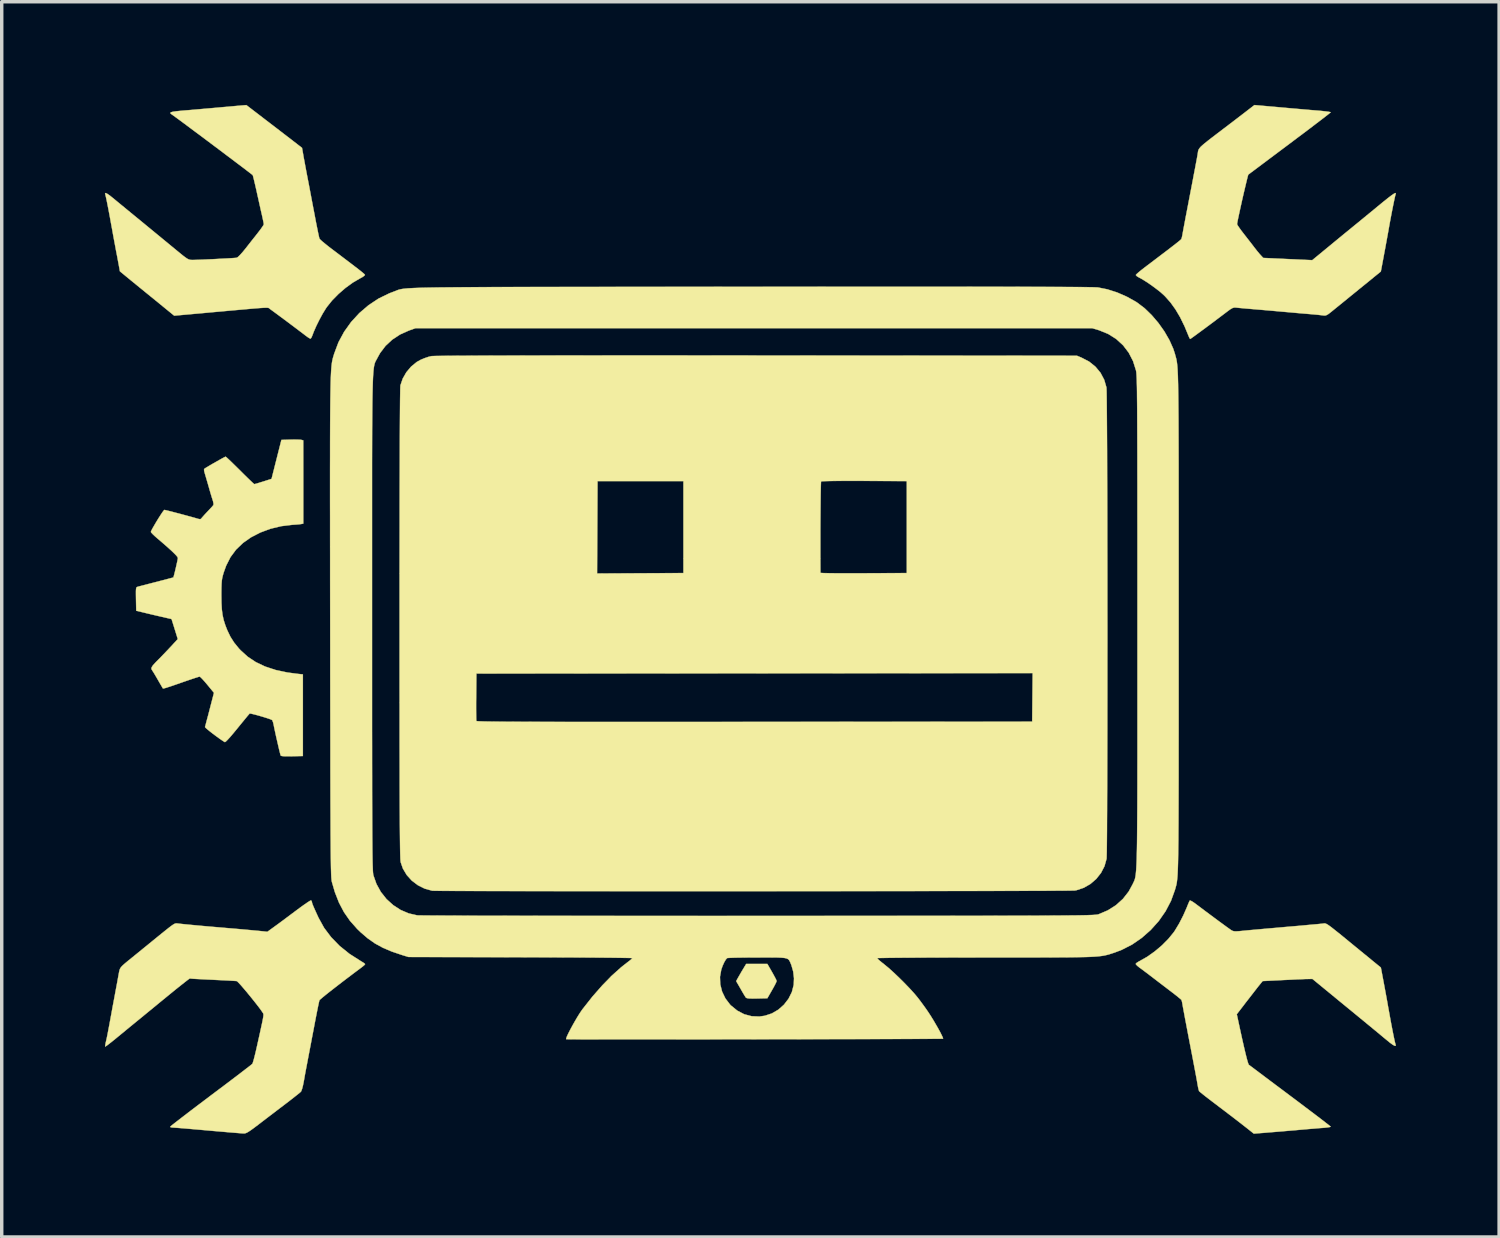
<source format=kicad_pcb>
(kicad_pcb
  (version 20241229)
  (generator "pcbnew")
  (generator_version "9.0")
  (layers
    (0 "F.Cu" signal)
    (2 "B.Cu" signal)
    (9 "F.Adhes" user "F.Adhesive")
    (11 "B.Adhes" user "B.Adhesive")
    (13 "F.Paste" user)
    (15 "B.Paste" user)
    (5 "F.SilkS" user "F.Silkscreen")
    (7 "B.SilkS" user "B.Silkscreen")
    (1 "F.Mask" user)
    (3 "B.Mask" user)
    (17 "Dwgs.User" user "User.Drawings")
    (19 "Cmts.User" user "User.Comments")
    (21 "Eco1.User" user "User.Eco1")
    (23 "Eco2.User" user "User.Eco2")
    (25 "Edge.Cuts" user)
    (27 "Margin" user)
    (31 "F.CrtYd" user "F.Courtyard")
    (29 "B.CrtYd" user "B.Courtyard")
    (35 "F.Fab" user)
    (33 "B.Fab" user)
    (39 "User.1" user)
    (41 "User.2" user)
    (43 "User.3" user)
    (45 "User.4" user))
  (footprint "Computadrocin"
    (layer "F.Cu")
    (at 18.756 14.972)
    (property "Reference" "Computadrocin" (at 0 0 0) (layer "F.SilkS") (effects (font (size 1.524 1.524) (thickness 0.3))))
    (attr through_hole)
    (fp_poly (pts (xy 0.639 10.237) (xy 0.694 10.336) (xy 0.739 10.42) (xy 0.767 10.479) (xy 0.774 10.502) (xy 0.762 10.535) (xy 0.73 10.601) (xy 0.683 10.689) (xy 0.639 10.767) (xy 0.504 11.002) (xy 0.206 11.009) (xy 0.066 11.01) (xy -0.031 11.007) (xy -0.09 10.998) (xy -0.119 10.984) (xy -0.119 10.984) (xy -0.142 10.949) (xy -0.183 10.883) (xy -0.235 10.794) (xy -0.273 10.727) (xy -0.402 10.503) (xy -0.347 10.403) (xy -0.303 10.327) (xy -0.248 10.231) (xy -0.201 10.153) (xy -0.111 10.003) (xy 0.504 10.003) (xy 0.639 10.237)) (stroke (width 0.01) (type solid)) (fill yes) (layer "F.SilkS"))
    (fp_poly (pts (xy 12.813 8.165) (xy 12.868 8.195) (xy 12.941 8.245) (xy 12.964 8.263) (xy 13.082 8.351) (xy 13.214 8.451) (xy 13.354 8.555) (xy 13.495 8.66) (xy 13.631 8.761) (xy 13.756 8.852) (xy 13.861 8.929) (xy 13.941 8.986) (xy 13.989 9.02) (xy 13.994 9.023) (xy 14.032 9.043) (xy 14.073 9.054) (xy 14.13 9.057) (xy 14.215 9.052) (xy 14.319 9.042) (xy 14.401 9.034) (xy 14.526 9.022) (xy 14.686 9.008) (xy 14.874 8.991) (xy 15.084 8.972) (xy 15.308 8.953) (xy 15.539 8.932) (xy 15.585 8.928) (xy 15.807 8.909) (xy 16.017 8.891) (xy 16.207 8.873) (xy 16.373 8.858) (xy 16.508 8.846) (xy 16.607 8.836) (xy 16.664 8.83) (xy 16.673 8.828) (xy 16.696 8.825) (xy 16.72 8.826) (xy 16.747 8.835) (xy 16.783 8.853) (xy 16.831 8.885) (xy 16.896 8.932) (xy 16.982 9) (xy 17.094 9.089) (xy 17.235 9.203) (xy 17.409 9.346) (xy 17.433 9.366) (xy 17.574 9.481) (xy 17.724 9.604) (xy 17.87 9.723) (xy 18 9.829) (xy 18.078 9.894) (xy 18.342 10.109) (xy 18.424 10.543) (xy 18.457 10.721) (xy 18.493 10.916) (xy 18.528 11.108) (xy 18.558 11.28) (xy 18.569 11.339) (xy 18.608 11.555) (xy 18.645 11.757) (xy 18.68 11.938) (xy 18.711 12.094) (xy 18.737 12.218) (xy 18.757 12.304) (xy 18.769 12.344) (xy 18.775 12.382) (xy 18.747 12.385) (xy 18.689 12.354) (xy 18.601 12.29) (xy 18.543 12.242) (xy 18.477 12.188) (xy 18.378 12.106) (xy 18.252 12.001) (xy 18.104 11.879) (xy 17.94 11.744) (xy 17.765 11.6) (xy 17.585 11.452) (xy 17.406 11.305) (xy 17.246 11.174) (xy 17.195 11.132) (xy 17.114 11.066) (xy 17.01 10.98) (xy 16.891 10.882) (xy 16.764 10.778) (xy 16.749 10.766) (xy 16.353 10.44) (xy 16.212 10.442) (xy 16.146 10.443) (xy 16.04 10.448) (xy 15.902 10.453) (xy 15.743 10.461) (xy 15.57 10.469) (xy 15.489 10.473) (xy 14.905 10.502) (xy 14.844 10.577) (xy 14.815 10.612) (xy 14.781 10.654) (xy 14.738 10.709) (xy 14.679 10.785) (xy 14.6 10.887) (xy 14.511 11.002) (xy 14.467 11.058) (xy 14.404 11.139) (xy 14.333 11.233) (xy 14.301 11.274) (xy 14.153 11.466) (xy 14.248 11.908) (xy 14.306 12.173) (xy 14.358 12.402) (xy 14.403 12.594) (xy 14.441 12.746) (xy 14.471 12.854) (xy 14.493 12.918) (xy 14.502 12.935) (xy 14.525 12.952) (xy 14.585 12.997) (xy 14.678 13.067) (xy 14.8 13.159) (xy 14.947 13.269) (xy 15.117 13.397) (xy 15.305 13.538) (xy 15.509 13.69) (xy 15.703 13.836) (xy 15.917 13.996) (xy 16.117 14.147) (xy 16.302 14.287) (xy 16.468 14.412) (xy 16.611 14.521) (xy 16.727 14.611) (xy 16.814 14.678) (xy 16.867 14.721) (xy 16.883 14.736) (xy 16.86 14.746) (xy 16.799 14.756) (xy 16.71 14.766) (xy 16.665 14.77) (xy 16.541 14.779) (xy 16.392 14.792) (xy 16.241 14.804) (xy 16.172 14.81) (xy 16.023 14.823) (xy 15.847 14.839) (xy 15.656 14.855) (xy 15.458 14.872) (xy 15.267 14.888) (xy 15.091 14.902) (xy 14.943 14.915) (xy 14.832 14.923) (xy 14.823 14.924) (xy 14.648 14.938) (xy 14.448 14.779) (xy 14.351 14.703) (xy 14.229 14.608) (xy 14.097 14.506) (xy 13.968 14.407) (xy 13.949 14.393) (xy 13.81 14.287) (xy 13.653 14.168) (xy 13.497 14.049) (xy 13.362 13.947) (xy 13.362 13.946) (xy 13.258 13.867) (xy 13.169 13.796) (xy 13.101 13.741) (xy 13.062 13.707) (xy 13.057 13.702) (xy 13.045 13.665) (xy 13.028 13.594) (xy 13.012 13.504) (xy 13.011 13.5) (xy 12.998 13.423) (xy 12.977 13.307) (xy 12.95 13.162) (xy 12.919 12.999) (xy 12.886 12.826) (xy 12.874 12.762) (xy 12.803 12.393) (xy 12.741 12.072) (xy 12.689 11.798) (xy 12.646 11.572) (xy 12.613 11.395) (xy 12.589 11.266) (xy 12.575 11.185) (xy 12.573 11.174) (xy 12.56 11.104) (xy 12.545 11.055) (xy 12.541 11.047) (xy 12.516 11.024) (xy 12.459 10.977) (xy 12.379 10.912) (xy 12.282 10.837) (xy 12.263 10.823) (xy 12.054 10.663) (xy 11.881 10.531) (xy 11.74 10.423) (xy 11.626 10.336) (xy 11.537 10.268) (xy 11.466 10.215) (xy 11.412 10.174) (xy 11.369 10.142) (xy 11.334 10.117) (xy 11.32 10.107) (xy 11.26 10.059) (xy 11.222 10.018) (xy 11.214 10.003) (xy 11.235 9.977) (xy 11.288 9.942) (xy 11.333 9.918) (xy 11.546 9.797) (xy 11.764 9.643) (xy 11.973 9.467) (xy 12.161 9.278) (xy 12.317 9.087) (xy 12.353 9.035) (xy 12.477 8.829) (xy 12.596 8.597) (xy 12.7 8.361) (xy 12.712 8.329) (xy 12.745 8.249) (xy 12.772 8.187) (xy 12.787 8.16) (xy 12.813 8.165)) (stroke (width 0.01) (type solid)) (fill yes) (layer "F.SilkS"))
    (fp_poly (pts (xy 14.832 -14.953) (xy 14.907 -14.946) (xy 15.021 -14.936) (xy 15.165 -14.923) (xy 15.328 -14.909) (xy 15.5 -14.893) (xy 15.547 -14.889) (xy 15.74 -14.872) (xy 15.947 -14.854) (xy 16.151 -14.836) (xy 16.337 -14.82) (xy 16.489 -14.808) (xy 16.49 -14.808) (xy 16.624 -14.796) (xy 16.738 -14.783) (xy 16.824 -14.772) (xy 16.874 -14.762) (xy 16.883 -14.758) (xy 16.864 -14.74) (xy 16.808 -14.695) (xy 16.719 -14.626) (xy 16.6 -14.534) (xy 16.455 -14.424) (xy 16.288 -14.296) (xy 16.101 -14.155) (xy 15.898 -14.003) (xy 15.691 -13.847) (xy 15.476 -13.686) (xy 15.274 -13.535) (xy 15.087 -13.395) (xy 14.919 -13.269) (xy 14.774 -13.16) (xy 14.655 -13.071) (xy 14.565 -13.004) (xy 14.509 -12.961) (xy 14.489 -12.947) (xy 14.479 -12.92) (xy 14.461 -12.852) (xy 14.436 -12.75) (xy 14.405 -12.621) (xy 14.37 -12.474) (xy 14.333 -12.315) (xy 14.296 -12.151) (xy 14.261 -11.992) (xy 14.228 -11.842) (xy 14.2 -11.711) (xy 14.178 -11.606) (xy 14.165 -11.534) (xy 14.161 -11.504) (xy 14.176 -11.474) (xy 14.216 -11.413) (xy 14.276 -11.329) (xy 14.351 -11.231) (xy 14.375 -11.2) (xy 14.463 -11.087) (xy 14.55 -10.976) (xy 14.625 -10.879) (xy 14.679 -10.807) (xy 14.684 -10.802) (xy 14.748 -10.72) (xy 14.814 -10.641) (xy 14.851 -10.6) (xy 14.923 -10.523) (xy 15.297 -10.506) (xy 15.468 -10.498) (xy 15.659 -10.489) (xy 15.845 -10.481) (xy 16.006 -10.473) (xy 16.009 -10.473) (xy 16.347 -10.458) (xy 16.844 -10.867) (xy 16.994 -10.991) (xy 17.146 -11.116) (xy 17.291 -11.235) (xy 17.42 -11.34) (xy 17.525 -11.426) (xy 17.571 -11.464) (xy 17.66 -11.536) (xy 17.778 -11.633) (xy 17.915 -11.746) (xy 18.063 -11.867) (xy 18.21 -11.988) (xy 18.255 -12.026) (xy 18.419 -12.16) (xy 18.548 -12.263) (xy 18.645 -12.337) (xy 18.713 -12.384) (xy 18.755 -12.407) (xy 18.775 -12.407) (xy 18.775 -12.386) (xy 18.77 -12.372) (xy 18.758 -12.33) (xy 18.739 -12.245) (xy 18.714 -12.125) (xy 18.684 -11.977) (xy 18.651 -11.808) (xy 18.616 -11.623) (xy 18.581 -11.431) (xy 18.556 -11.289) (xy 18.533 -11.162) (xy 18.504 -11.003) (xy 18.472 -10.828) (xy 18.439 -10.652) (xy 18.423 -10.565) (xy 18.341 -10.128) (xy 18.141 -9.966) (xy 18.057 -9.897) (xy 17.975 -9.83) (xy 17.89 -9.761) (xy 17.797 -9.686) (xy 17.692 -9.601) (xy 17.571 -9.502) (xy 17.428 -9.386) (xy 17.259 -9.248) (xy 17.058 -9.085) (xy 16.902 -8.958) (xy 16.823 -8.896) (xy 16.767 -8.862) (xy 16.721 -8.848) (xy 16.671 -8.85) (xy 16.662 -8.852) (xy 16.601 -8.859) (xy 16.504 -8.87) (xy 16.385 -8.881) (xy 16.271 -8.891) (xy 16.152 -8.901) (xy 15.997 -8.914) (xy 15.818 -8.93) (xy 15.629 -8.947) (xy 15.444 -8.963) (xy 15.422 -8.965) (xy 15.236 -8.982) (xy 15.042 -8.999) (xy 14.856 -9.015) (xy 14.689 -9.029) (xy 14.558 -9.04) (xy 14.548 -9.041) (xy 14.417 -9.052) (xy 14.296 -9.063) (xy 14.198 -9.072) (xy 14.135 -9.079) (xy 14.133 -9.079) (xy 14.081 -9.081) (xy 14.032 -9.068) (xy 13.972 -9.035) (xy 13.889 -8.975) (xy 13.883 -8.97) (xy 13.735 -8.858) (xy 13.581 -8.742) (xy 13.428 -8.627) (xy 13.28 -8.517) (xy 13.142 -8.415) (xy 13.021 -8.326) (xy 12.921 -8.253) (xy 12.848 -8.2) (xy 12.806 -8.171) (xy 12.799 -8.167) (xy 12.781 -8.187) (xy 12.764 -8.223) (xy 12.636 -8.532) (xy 12.506 -8.798) (xy 12.37 -9.028) (xy 12.225 -9.229) (xy 12.066 -9.408) (xy 12.032 -9.441) (xy 11.935 -9.528) (xy 11.81 -9.626) (xy 11.672 -9.728) (xy 11.532 -9.823) (xy 11.405 -9.903) (xy 11.307 -9.956) (xy 11.25 -9.99) (xy 11.22 -10.021) (xy 11.219 -10.03) (xy 11.241 -10.054) (xy 11.296 -10.103) (xy 11.376 -10.169) (xy 11.476 -10.247) (xy 11.539 -10.295) (xy 11.776 -10.474) (xy 11.976 -10.626) (xy 12.141 -10.751) (xy 12.273 -10.853) (xy 12.376 -10.933) (xy 12.452 -10.993) (xy 12.503 -11.035) (xy 12.532 -11.062) (xy 12.541 -11.073) (xy 12.555 -11.115) (xy 12.57 -11.183) (xy 12.573 -11.201) (xy 12.585 -11.269) (xy 12.606 -11.384) (xy 12.636 -11.543) (xy 12.674 -11.745) (xy 12.721 -11.988) (xy 12.775 -12.27) (xy 12.836 -12.587) (xy 12.872 -12.775) (xy 12.905 -12.951) (xy 12.938 -13.121) (xy 12.967 -13.277) (xy 12.992 -13.408) (xy 13.009 -13.504) (xy 13.014 -13.532) (xy 13.021 -13.577) (xy 13.026 -13.615) (xy 13.034 -13.648) (xy 13.047 -13.68) (xy 13.069 -13.713) (xy 13.102 -13.752) (xy 13.152 -13.798) (xy 13.22 -13.856) (xy 13.311 -13.929) (xy 13.427 -14.019) (xy 13.573 -14.131) (xy 13.751 -14.266) (xy 13.965 -14.429) (xy 13.974 -14.436) (xy 14.099 -14.531) (xy 14.233 -14.634) (xy 14.36 -14.731) (xy 14.457 -14.806) (xy 14.666 -14.967) (xy 14.832 -14.953)) (stroke (width 0.01) (type solid)) (fill yes) (layer "F.SilkS"))
    (fp_poly (pts (xy -14.246 -14.662) (xy -14.11 -14.557) (xy -13.975 -14.454) (xy -13.85 -14.358) (xy -13.745 -14.278) (xy -13.674 -14.223) (xy -13.579 -14.15) (xy -13.462 -14.06) (xy -13.339 -13.966) (xy -13.262 -13.906) (xy -13.025 -13.723) (xy -12.992 -13.536) (xy -12.978 -13.453) (xy -12.955 -13.332) (xy -12.928 -13.184) (xy -12.897 -13.02) (xy -12.865 -12.852) (xy -12.862 -12.837) (xy -12.826 -12.652) (xy -12.785 -12.435) (xy -12.741 -12.202) (xy -12.697 -11.971) (xy -12.656 -11.759) (xy -12.65 -11.726) (xy -12.618 -11.557) (xy -12.587 -11.403) (xy -12.561 -11.272) (xy -12.539 -11.169) (xy -12.524 -11.104) (xy -12.518 -11.084) (xy -12.493 -11.055) (xy -12.435 -11.002) (xy -12.35 -10.932) (xy -12.248 -10.85) (xy -12.176 -10.795) (xy -11.951 -10.625) (xy -11.764 -10.483) (xy -11.61 -10.366) (xy -11.486 -10.271) (xy -11.389 -10.197) (xy -11.316 -10.139) (xy -11.264 -10.097) (xy -11.229 -10.067) (xy -11.208 -10.047) (xy -11.198 -10.035) (xy -11.195 -10.03) (xy -11.213 -10.006) (xy -11.264 -9.969) (xy -11.333 -9.931) (xy -11.545 -9.808) (xy -11.76 -9.652) (xy -11.965 -9.475) (xy -12.15 -9.287) (xy -12.301 -9.098) (xy -12.329 -9.058) (xy -12.425 -8.902) (xy -12.521 -8.725) (xy -12.611 -8.543) (xy -12.685 -8.374) (xy -12.72 -8.281) (xy -12.746 -8.218) (xy -12.771 -8.18) (xy -12.777 -8.176) (xy -12.807 -8.187) (xy -12.863 -8.222) (xy -12.934 -8.275) (xy -12.937 -8.277) (xy -13 -8.326) (xy -13.095 -8.397) (xy -13.211 -8.485) (xy -13.343 -8.584) (xy -13.48 -8.687) (xy -13.616 -8.788) (xy -13.74 -8.88) (xy -13.846 -8.958) (xy -13.924 -9.015) (xy -13.95 -9.034) (xy -13.964 -9.045) (xy -13.973 -9.054) (xy -13.983 -9.062) (xy -13.996 -9.068) (xy -14.016 -9.073) (xy -14.047 -9.075) (xy -14.091 -9.075) (xy -14.153 -9.072) (xy -14.236 -9.067) (xy -14.343 -9.059) (xy -14.478 -9.048) (xy -14.645 -9.033) (xy -14.846 -9.015) (xy -15.085 -8.994) (xy -15.367 -8.968) (xy -15.693 -8.939) (xy -15.794 -8.929) (xy -16.741 -8.844) (xy -17.143 -9.172) (xy -17.28 -9.284) (xy -17.419 -9.397) (xy -17.55 -9.503) (xy -17.662 -9.595) (xy -17.745 -9.662) (xy -17.858 -9.755) (xy -17.985 -9.858) (xy -18.101 -9.954) (xy -18.132 -9.979) (xy -18.32 -10.134) (xy -18.353 -10.318) (xy -18.374 -10.429) (xy -18.399 -10.565) (xy -18.426 -10.702) (xy -18.435 -10.75) (xy -18.458 -10.875) (xy -18.487 -11.029) (xy -18.517 -11.192) (xy -18.543 -11.337) (xy -18.583 -11.555) (xy -18.62 -11.759) (xy -18.655 -11.944) (xy -18.686 -12.103) (xy -18.712 -12.23) (xy -18.732 -12.32) (xy -18.744 -12.368) (xy -18.745 -12.369) (xy -18.751 -12.405) (xy -18.729 -12.409) (xy -18.676 -12.381) (xy -18.591 -12.319) (xy -18.483 -12.232) (xy -18.406 -12.168) (xy -18.298 -12.079) (xy -18.166 -11.971) (xy -18.017 -11.848) (xy -17.858 -11.718) (xy -17.697 -11.586) (xy -17.67 -11.564) (xy -17.499 -11.423) (xy -17.319 -11.275) (xy -17.14 -11.128) (xy -16.971 -10.989) (xy -16.823 -10.867) (xy -16.706 -10.771) (xy -16.577 -10.665) (xy -16.481 -10.587) (xy -16.409 -10.533) (xy -16.355 -10.497) (xy -16.312 -10.477) (xy -16.273 -10.467) (xy -16.231 -10.465) (xy -16.203 -10.464) (xy -16.134 -10.466) (xy -16.029 -10.469) (xy -15.897 -10.474) (xy -15.747 -10.481) (xy -15.588 -10.488) (xy -15.427 -10.497) (xy -15.275 -10.505) (xy -15.139 -10.512) (xy -15.029 -10.519) (xy -14.952 -10.525) (xy -14.921 -10.529) (xy -14.886 -10.552) (xy -14.828 -10.608) (xy -14.754 -10.69) (xy -14.672 -10.79) (xy -14.671 -10.791) (xy -14.575 -10.914) (xy -14.469 -11.049) (xy -14.368 -11.176) (xy -14.305 -11.257) (xy -14.236 -11.346) (xy -14.181 -11.424) (xy -14.145 -11.479) (xy -14.136 -11.502) (xy -14.141 -11.538) (xy -14.156 -11.612) (xy -14.177 -11.711) (xy -14.195 -11.792) (xy -14.222 -11.908) (xy -14.255 -12.057) (xy -14.292 -12.224) (xy -14.33 -12.393) (xy -14.349 -12.481) (xy -14.381 -12.621) (xy -14.41 -12.745) (xy -14.434 -12.843) (xy -14.451 -12.908) (xy -14.459 -12.931) (xy -14.481 -12.949) (xy -14.539 -12.994) (xy -14.628 -13.062) (xy -14.744 -13.151) (xy -14.884 -13.256) (xy -15.041 -13.375) (xy -15.213 -13.504) (xy -15.394 -13.641) (xy -15.581 -13.781) (xy -15.769 -13.922) (xy -15.954 -14.061) (xy -16.132 -14.193) (xy -16.298 -14.317) (xy -16.447 -14.428) (xy -16.576 -14.524) (xy -16.68 -14.6) (xy -16.756 -14.655) (xy -16.797 -14.685) (xy -16.802 -14.688) (xy -16.842 -14.717) (xy -16.854 -14.739) (xy -16.834 -14.758) (xy -16.778 -14.773) (xy -16.682 -14.787) (xy -16.542 -14.801) (xy -16.465 -14.808) (xy -16.313 -14.82) (xy -16.127 -14.836) (xy -15.923 -14.854) (xy -15.717 -14.872) (xy -15.524 -14.889) (xy -15.522 -14.889) (xy -15.35 -14.905) (xy -15.184 -14.919) (xy -15.034 -14.933) (xy -14.911 -14.944) (xy -14.824 -14.951) (xy -14.808 -14.953) (xy -14.643 -14.966) (xy -14.246 -14.662)) (stroke (width 0.01) (type solid)) (fill yes) (layer "F.SilkS"))
    (fp_poly (pts (xy -12.761 8.156) (xy -12.739 8.191) (xy -12.737 8.205) (xy -12.733 8.228) (xy -12.72 8.269) (xy -12.694 8.332) (xy -12.653 8.425) (xy -12.595 8.553) (xy -12.543 8.666) (xy -12.383 8.955) (xy -12.178 9.227) (xy -11.931 9.481) (xy -11.644 9.712) (xy -11.321 9.918) (xy -11.308 9.926) (xy -11.242 9.966) (xy -11.2 9.997) (xy -11.19 10.01) (xy -11.209 10.034) (xy -11.256 10.075) (xy -11.296 10.106) (xy -11.501 10.259) (xy -11.697 10.407) (xy -11.882 10.548) (xy -12.05 10.678) (xy -12.199 10.794) (xy -12.324 10.893) (xy -12.421 10.972) (xy -12.487 11.028) (xy -12.517 11.057) (xy -12.518 11.059) (xy -12.528 11.095) (xy -12.545 11.172) (xy -12.568 11.284) (xy -12.596 11.423) (xy -12.627 11.582) (xy -12.65 11.701) (xy -12.688 11.903) (xy -12.73 12.12) (xy -12.771 12.338) (xy -12.81 12.541) (xy -12.843 12.714) (xy -12.85 12.75) (xy -12.881 12.915) (xy -12.913 13.082) (xy -12.942 13.239) (xy -12.965 13.37) (xy -12.977 13.437) (xy -12.999 13.544) (xy -13.023 13.636) (xy -13.046 13.699) (xy -13.056 13.717) (xy -13.086 13.744) (xy -13.15 13.796) (xy -13.241 13.868) (xy -13.352 13.955) (xy -13.477 14.051) (xy -13.521 14.085) (xy -13.677 14.203) (xy -13.847 14.333) (xy -14.018 14.463) (xy -14.175 14.583) (xy -14.292 14.673) (xy -14.423 14.772) (xy -14.521 14.843) (xy -14.595 14.891) (xy -14.649 14.919) (xy -14.691 14.931) (xy -14.716 14.932) (xy -14.763 14.93) (xy -14.852 14.923) (xy -14.975 14.913) (xy -15.125 14.901) (xy -15.294 14.886) (xy -15.447 14.873) (xy -15.644 14.856) (xy -15.845 14.838) (xy -16.037 14.821) (xy -16.21 14.806) (xy -16.351 14.794) (xy -16.416 14.788) (xy -16.543 14.778) (xy -16.656 14.769) (xy -16.744 14.763) (xy -16.795 14.76) (xy -16.797 14.76) (xy -16.844 14.753) (xy -16.858 14.739) (xy -16.839 14.72) (xy -16.783 14.674) (xy -16.694 14.604) (xy -16.575 14.512) (xy -16.431 14.401) (xy -16.264 14.273) (xy -16.077 14.131) (xy -15.875 13.979) (xy -15.677 13.829) (xy -15.463 13.668) (xy -15.26 13.516) (xy -15.073 13.374) (xy -14.904 13.246) (xy -14.758 13.134) (xy -14.638 13.042) (xy -14.547 12.972) (xy -14.49 12.926) (xy -14.469 12.909) (xy -14.455 12.874) (xy -14.432 12.799) (xy -14.404 12.693) (xy -14.373 12.566) (xy -14.352 12.475) (xy -14.297 12.229) (xy -14.252 12.027) (xy -14.217 11.865) (xy -14.189 11.737) (xy -14.169 11.64) (xy -14.156 11.568) (xy -14.148 11.517) (xy -14.146 11.482) (xy -14.148 11.46) (xy -14.153 11.444) (xy -14.16 11.431) (xy -14.163 11.427) (xy -14.208 11.36) (xy -14.274 11.27) (xy -14.356 11.164) (xy -14.449 11.047) (xy -14.546 10.927) (xy -14.642 10.81) (xy -14.733 10.703) (xy -14.811 10.613) (xy -14.873 10.546) (xy -14.912 10.509) (xy -14.921 10.503) (xy -14.959 10.499) (xy -15.04 10.494) (xy -15.157 10.487) (xy -15.301 10.48) (xy -15.466 10.472) (xy -15.622 10.464) (xy -15.797 10.456) (xy -15.955 10.448) (xy -16.09 10.441) (xy -16.194 10.435) (xy -16.262 10.429) (xy -16.285 10.426) (xy -16.308 10.439) (xy -16.364 10.481) (xy -16.449 10.547) (xy -16.56 10.635) (xy -16.692 10.74) (xy -16.839 10.86) (xy -16.985 10.979) (xy -17.156 11.119) (xy -17.325 11.258) (xy -17.485 11.389) (xy -17.63 11.508) (xy -17.754 11.61) (xy -17.85 11.688) (xy -17.895 11.725) (xy -17.999 11.81) (xy -18.127 11.915) (xy -18.264 12.028) (xy -18.397 12.137) (xy -18.428 12.163) (xy -18.533 12.248) (xy -18.623 12.319) (xy -18.694 12.373) (xy -18.737 12.402) (xy -18.747 12.406) (xy -18.747 12.378) (xy -18.737 12.316) (xy -18.722 12.248) (xy -18.705 12.174) (xy -18.682 12.062) (xy -18.656 11.925) (xy -18.627 11.773) (xy -18.607 11.664) (xy -18.574 11.484) (xy -18.538 11.286) (xy -18.501 11.089) (xy -18.468 10.913) (xy -18.457 10.852) (xy -18.429 10.703) (xy -18.401 10.554) (xy -18.377 10.421) (xy -18.358 10.317) (xy -18.354 10.295) (xy -18.342 10.23) (xy -18.33 10.18) (xy -18.313 10.137) (xy -18.285 10.095) (xy -18.24 10.048) (xy -18.174 9.989) (xy -18.08 9.911) (xy -17.954 9.809) (xy -17.945 9.802) (xy -17.874 9.744) (xy -17.774 9.663) (xy -17.657 9.567) (xy -17.532 9.466) (xy -17.458 9.405) (xy -17.272 9.254) (xy -17.12 9.13) (xy -16.999 9.033) (xy -16.905 8.958) (xy -16.833 8.903) (xy -16.779 8.865) (xy -16.739 8.841) (xy -16.709 8.829) (xy -16.685 8.824) (xy -16.663 8.825) (xy -16.638 8.828) (xy -16.638 8.828) (xy -16.544 8.839) (xy -16.41 8.853) (xy -16.232 8.87) (xy -16.009 8.891) (xy -15.74 8.915) (xy -15.423 8.942) (xy -15.285 8.954) (xy -15.083 8.971) (xy -14.883 8.988) (xy -14.695 9.005) (xy -14.528 9.02) (xy -14.392 9.033) (xy -14.295 9.042) (xy -14.29 9.042) (xy -14.032 9.069) (xy -13.816 8.912) (xy -13.725 8.846) (xy -13.606 8.758) (xy -13.468 8.655) (xy -13.324 8.547) (xy -13.191 8.448) (xy -13.067 8.356) (xy -12.956 8.277) (xy -12.865 8.214) (xy -12.798 8.172) (xy -12.764 8.155) (xy -12.761 8.156)) (stroke (width 0.01) (type solid)) (fill yes) (layer "F.SilkS"))
    (fp_poly (pts (xy -2.729 -7.688) (xy -1.907 -7.688) (xy -1.037 -7.687) (xy -0.12 -7.687) (xy 0.188 -7.686) (xy 9.503 -7.68) (xy 9.638 -7.624) (xy 9.858 -7.51) (xy 10.043 -7.361) (xy 10.191 -7.183) (xy 10.299 -6.979) (xy 10.363 -6.758) (xy 10.365 -6.718) (xy 10.368 -6.632) (xy 10.37 -6.501) (xy 10.372 -6.327) (xy 10.374 -6.113) (xy 10.376 -5.862) (xy 10.378 -5.576) (xy 10.38 -5.258) (xy 10.382 -4.91) (xy 10.383 -4.534) (xy 10.384 -4.134) (xy 10.386 -3.712) (xy 10.387 -3.27) (xy 10.388 -2.81) (xy 10.388 -2.336) (xy 10.389 -1.849) (xy 10.39 -1.353) (xy 10.39 -0.85) (xy 10.39 -0.342) (xy 10.391 0.168) (xy 10.391 0.678) (xy 10.39 1.185) (xy 10.39 1.687) (xy 10.39 2.18) (xy 10.389 2.664) (xy 10.389 3.134) (xy 10.388 3.589) (xy 10.387 4.026) (xy 10.386 4.442) (xy 10.385 4.836) (xy 10.383 5.203) (xy 10.382 5.543) (xy 10.38 5.853) (xy 10.379 6.129) (xy 10.377 6.37) (xy 10.375 6.572) (xy 10.373 6.734) (xy 10.37 6.853) (xy 10.368 6.927) (xy 10.366 6.949) (xy 10.307 7.161) (xy 10.205 7.358) (xy 10.067 7.532) (xy 9.898 7.678) (xy 9.706 7.789) (xy 9.497 7.859) (xy 9.445 7.869) (xy 9.412 7.87) (xy 9.331 7.871) (xy 9.204 7.873) (xy 9.033 7.874) (xy 8.821 7.875) (xy 8.57 7.877) (xy 8.282 7.878) (xy 7.959 7.879) (xy 7.602 7.88) (xy 7.215 7.881) (xy 6.8 7.882) (xy 6.358 7.883) (xy 5.891 7.883) (xy 5.403 7.884) (xy 4.894 7.885) (xy 4.367 7.886) (xy 3.825 7.886) (xy 3.268 7.887) (xy 2.7 7.887) (xy 2.123 7.888) (xy 1.539 7.888) (xy 0.949 7.888) (xy 0.356 7.889) (xy -0.238 7.889) (xy -0.83 7.889) (xy -1.419 7.889) (xy -2.003 7.889) (xy -2.579 7.889) (xy -3.145 7.889) (xy -3.7 7.889) (xy -4.24 7.888) (xy -4.764 7.888) (xy -5.27 7.888) (xy -5.756 7.887) (xy -6.219 7.887) (xy -6.657 7.886) (xy -7.069 7.885) (xy -7.452 7.885) (xy -7.803 7.884) (xy -8.121 7.883) (xy -8.405 7.882) (xy -8.65 7.881) (xy -8.856 7.88) (xy -9.02 7.879) (xy -9.141 7.878) (xy -9.215 7.876) (xy -9.241 7.875) (xy -9.457 7.815) (xy -9.657 7.715) (xy -9.834 7.581) (xy -9.981 7.418) (xy -10.092 7.231) (xy -10.156 7.047) (xy -10.159 7.025) (xy -10.163 6.988) (xy -10.166 6.934) (xy -10.168 6.863) (xy -10.171 6.772) (xy -10.173 6.66) (xy -10.175 6.524) (xy -10.177 6.365) (xy -10.179 6.179) (xy -10.181 5.965) (xy -10.182 5.722) (xy -10.184 5.448) (xy -10.185 5.142) (xy -10.186 4.801) (xy -10.186 4.425) (xy -10.187 4.011) (xy -10.188 3.558) (xy -10.188 3.065) (xy -10.188 2.579) (xy -7.963 2.579) (xy -7.962 2.72) (xy -7.961 2.832) (xy -7.959 2.908) (xy -7.956 2.94) (xy -7.956 2.941) (xy -7.946 2.944) (xy -7.92 2.946) (xy -7.874 2.949) (xy -7.809 2.951) (xy -7.721 2.954) (xy -7.611 2.956) (xy -7.477 2.958) (xy -7.316 2.959) (xy -7.129 2.961) (xy -6.913 2.962) (xy -6.667 2.963) (xy -6.39 2.964) (xy -6.08 2.965) (xy -5.736 2.966) (xy -5.356 2.967) (xy -4.94 2.967) (xy -4.485 2.967) (xy -3.99 2.968) (xy -3.455 2.968) (xy -2.876 2.968) (xy -2.254 2.967) (xy -1.587 2.967) (xy -0.872 2.967) (xy -0.11 2.966) (xy 0.13 2.966) (xy 8.204 2.96) (xy 8.211 2.254) (xy 8.218 1.548) (xy 0.132 1.555) (xy -7.955 1.561) (xy -7.961 2.235) (xy -7.963 2.415) (xy -7.963 2.579) (xy -10.188 2.579) (xy -10.188 2.529) (xy -10.189 1.949) (xy -10.189 1.324) (xy -10.189 0.652) (xy -10.189 0.1) (xy -10.189 -0.664) (xy -10.189 -1.348) (xy -4.446 -1.348) (xy -1.936 -1.361) (xy -1.936 -2.037) (xy 2.046 -2.037) (xy 2.046 -1.778) (xy 2.047 -1.528) (xy 2.048 -1.367) (xy 2.072 -1.364) (xy 2.142 -1.36) (xy 2.251 -1.358) (xy 2.397 -1.356) (xy 2.574 -1.354) (xy 2.777 -1.354) (xy 3.002 -1.354) (xy 3.244 -1.354) (xy 3.303 -1.355) (xy 4.558 -1.361) (xy 4.558 -4.034) (xy 3.323 -4.04) (xy 3.079 -4.041) (xy 2.851 -4.041) (xy 2.642 -4.04) (xy 2.458 -4.039) (xy 2.304 -4.036) (xy 2.184 -4.033) (xy 2.104 -4.03) (xy 2.069 -4.026) (xy 2.067 -4.025) (xy 2.064 -3.998) (xy 2.061 -3.925) (xy 2.058 -3.812) (xy 2.055 -3.664) (xy 2.053 -3.485) (xy 2.051 -3.28) (xy 2.049 -3.054) (xy 2.047 -2.812) (xy 2.046 -2.558) (xy 2.046 -2.298) (xy 2.046 -2.037) (xy -1.936 -2.037) (xy -1.936 -4.034) (xy -4.433 -4.034) (xy -4.446 -1.348) (xy -10.189 -1.348) (xy -10.189 -1.385) (xy -10.188 -2.064) (xy -10.187 -2.7) (xy -10.187 -3.292) (xy -10.186 -3.841) (xy -10.184 -4.344) (xy -10.183 -4.803) (xy -10.182 -5.216) (xy -10.18 -5.583) (xy -10.178 -5.903) (xy -10.176 -6.176) (xy -10.174 -6.402) (xy -10.171 -6.58) (xy -10.169 -6.709) (xy -10.166 -6.789) (xy -10.164 -6.818) (xy -10.097 -7.014) (xy -9.991 -7.2) (xy -9.852 -7.364) (xy -9.69 -7.497) (xy -9.571 -7.563) (xy -9.463 -7.608) (xy -9.351 -7.646) (xy -9.263 -7.668) (xy -9.224 -7.67) (xy -9.135 -7.673) (xy -8.997 -7.675) (xy -8.809 -7.677) (xy -8.571 -7.679) (xy -8.285 -7.68) (xy -7.949 -7.682) (xy -7.563 -7.683) (xy -7.129 -7.684) (xy -6.646 -7.685) (xy -6.114 -7.686) (xy -5.534 -7.687) (xy -4.905 -7.687) (xy -4.228 -7.688) (xy -3.502 -7.688) (xy -2.729 -7.688)) (stroke (width 0.01) (type solid)) (fill yes) (layer "F.SilkS"))
    (fp_poly (pts (xy -13.146 -5.24) (xy -13.072 -5.237) (xy -13.044 -5.233) (xy -12.989 -5.219) (xy -12.988 -4.009) (xy -12.988 -2.798) (xy -13.044 -2.787) (xy -13.094 -2.78) (xy -13.178 -2.772) (xy -13.281 -2.765) (xy -13.312 -2.763) (xy -13.63 -2.724) (xy -13.942 -2.649) (xy -14.238 -2.539) (xy -14.508 -2.4) (xy -14.74 -2.237) (xy -14.942 -2.043) (xy -15.104 -1.825) (xy -15.231 -1.575) (xy -15.303 -1.375) (xy -15.327 -1.291) (xy -15.345 -1.217) (xy -15.357 -1.141) (xy -15.364 -1.051) (xy -15.368 -0.938) (xy -15.37 -0.789) (xy -15.37 -0.724) (xy -15.367 -0.498) (xy -15.357 -0.309) (xy -15.336 -0.145) (xy -15.303 0.006) (xy -15.255 0.156) (xy -15.198 0.302) (xy -15.106 0.493) (xy -14.996 0.665) (xy -14.858 0.834) (xy -14.812 0.883) (xy -14.605 1.071) (xy -14.369 1.228) (xy -14.1 1.356) (xy -13.795 1.457) (xy -13.452 1.53) (xy -13.175 1.567) (xy -13 1.586) (xy -13 3.959) (xy -13.319 3.966) (xy -13.459 3.967) (xy -13.555 3.965) (xy -13.614 3.959) (xy -13.643 3.947) (xy -13.647 3.941) (xy -13.664 3.877) (xy -13.689 3.777) (xy -13.718 3.652) (xy -13.75 3.513) (xy -13.782 3.373) (xy -13.81 3.243) (xy -13.833 3.136) (xy -13.847 3.064) (xy -13.848 3.056) (xy -13.866 2.981) (xy -13.888 2.923) (xy -13.894 2.914) (xy -13.925 2.898) (xy -13.992 2.873) (xy -14.085 2.843) (xy -14.193 2.81) (xy -14.304 2.778) (xy -14.406 2.751) (xy -14.489 2.731) (xy -14.541 2.722) (xy -14.545 2.722) (xy -14.563 2.741) (xy -14.608 2.793) (xy -14.674 2.873) (xy -14.758 2.975) (xy -14.854 3.093) (xy -14.898 3.147) (xy -15.013 3.287) (xy -15.11 3.401) (xy -15.187 3.486) (xy -15.241 3.539) (xy -15.268 3.555) (xy -15.269 3.555) (xy -15.338 3.512) (xy -15.425 3.452) (xy -15.52 3.383) (xy -15.617 3.311) (xy -15.706 3.241) (xy -15.78 3.181) (xy -15.829 3.137) (xy -15.846 3.114) (xy -15.846 3.114) (xy -15.836 3.082) (xy -15.817 3.009) (xy -15.789 2.903) (xy -15.754 2.773) (xy -15.716 2.626) (xy -15.71 2.603) (xy -15.585 2.121) (xy -15.778 1.886) (xy -15.855 1.795) (xy -15.922 1.721) (xy -15.973 1.67) (xy -15.999 1.65) (xy -16 1.65) (xy -16.031 1.657) (xy -16.102 1.679) (xy -16.204 1.712) (xy -16.328 1.754) (xy -16.462 1.8) (xy -16.651 1.866) (xy -16.798 1.917) (xy -16.908 1.953) (xy -16.985 1.978) (xy -17.035 1.991) (xy -17.062 1.996) (xy -17.07 1.994) (xy -17.084 1.97) (xy -17.118 1.912) (xy -17.167 1.828) (xy -17.22 1.736) (xy -17.279 1.634) (xy -17.33 1.548) (xy -17.368 1.488) (xy -17.385 1.462) (xy -17.405 1.426) (xy -17.397 1.38) (xy -17.358 1.32) (xy -17.283 1.238) (xy -17.244 1.198) (xy -17.159 1.113) (xy -17.055 1.005) (xy -16.945 0.89) (xy -16.858 0.798) (xy -16.637 0.559) (xy -16.727 0.268) (xy -16.818 -0.023) (xy -17.107 -0.09) (xy -17.25 -0.123) (xy -17.404 -0.159) (xy -17.546 -0.193) (xy -17.62 -0.211) (xy -17.845 -0.265) (xy -17.852 -0.605) (xy -17.854 -0.742) (xy -17.854 -0.838) (xy -17.85 -0.899) (xy -17.842 -0.935) (xy -17.828 -0.952) (xy -17.814 -0.958) (xy -17.778 -0.969) (xy -17.7 -0.989) (xy -17.591 -1.017) (xy -17.457 -1.052) (xy -17.306 -1.091) (xy -17.271 -1.1) (xy -17.121 -1.139) (xy -16.988 -1.173) (xy -16.881 -1.202) (xy -16.805 -1.222) (xy -16.769 -1.232) (xy -16.766 -1.233) (xy -16.757 -1.259) (xy -16.74 -1.322) (xy -16.718 -1.41) (xy -16.694 -1.511) (xy -16.671 -1.613) (xy -16.651 -1.703) (xy -16.638 -1.769) (xy -16.634 -1.799) (xy -16.652 -1.836) (xy -16.709 -1.901) (xy -16.804 -1.994) (xy -16.938 -2.116) (xy -17.111 -2.267) (xy -17.221 -2.36) (xy -17.303 -2.432) (xy -17.369 -2.495) (xy -17.41 -2.54) (xy -17.42 -2.557) (xy -17.408 -2.59) (xy -17.375 -2.654) (xy -17.326 -2.739) (xy -17.268 -2.838) (xy -17.206 -2.94) (xy -17.145 -3.036) (xy -17.092 -3.117) (xy -17.051 -3.173) (xy -17.029 -3.197) (xy -17.029 -3.197) (xy -16.997 -3.191) (xy -16.926 -3.174) (xy -16.825 -3.149) (xy -16.705 -3.117) (xy -16.573 -3.083) (xy -16.44 -3.047) (xy -16.314 -3.013) (xy -16.205 -2.983) (xy -16.123 -2.96) (xy -16.111 -2.956) (xy -16.034 -2.934) (xy -15.989 -2.927) (xy -15.963 -2.937) (xy -15.944 -2.96) (xy -15.911 -2.998) (xy -15.855 -3.061) (xy -15.785 -3.136) (xy -15.765 -3.157) (xy -15.696 -3.23) (xy -15.639 -3.292) (xy -15.606 -3.332) (xy -15.601 -3.339) (xy -15.598 -3.378) (xy -15.611 -3.445) (xy -15.62 -3.476) (xy -15.643 -3.546) (xy -15.674 -3.648) (xy -15.709 -3.767) (xy -15.731 -3.846) (xy -15.767 -3.971) (xy -15.803 -4.094) (xy -15.833 -4.197) (xy -15.847 -4.243) (xy -15.869 -4.323) (xy -15.874 -4.37) (xy -15.862 -4.395) (xy -15.855 -4.399) (xy -15.797 -4.436) (xy -15.714 -4.485) (xy -15.617 -4.542) (xy -15.514 -4.6) (xy -15.417 -4.655) (xy -15.333 -4.702) (xy -15.273 -4.733) (xy -15.247 -4.745) (xy -15.247 -4.745) (xy -15.224 -4.728) (xy -15.172 -4.681) (xy -15.095 -4.608) (xy -14.999 -4.514) (xy -14.888 -4.405) (xy -14.828 -4.346) (xy -14.713 -4.231) (xy -14.609 -4.129) (xy -14.522 -4.045) (xy -14.457 -3.984) (xy -14.419 -3.951) (xy -14.411 -3.946) (xy -14.381 -3.953) (xy -14.314 -3.972) (xy -14.222 -4.001) (xy -14.152 -4.022) (xy -13.911 -4.099) (xy -13.881 -4.216) (xy -13.866 -4.278) (xy -13.84 -4.379) (xy -13.808 -4.507) (xy -13.771 -4.652) (xy -13.738 -4.783) (xy -13.624 -5.232) (xy -13.362 -5.24) (xy -13.247 -5.241) (xy -13.146 -5.24)) (stroke (width 0.01) (type solid)) (fill yes) (layer "F.SilkS"))
    (fp_poly (pts (xy 5.437 -9.686) (xy 6.031 -9.686) (xy 6.582 -9.685) (xy 7.089 -9.685) (xy 7.554 -9.684) (xy 7.978 -9.683) (xy 8.361 -9.682) (xy 8.704 -9.681) (xy 9.008 -9.68) (xy 9.273 -9.678) (xy 9.501 -9.677) (xy 9.692 -9.675) (xy 9.847 -9.673) (xy 9.966 -9.671) (xy 10.052 -9.668) (xy 10.103 -9.666) (xy 10.115 -9.665) (xy 10.389 -9.61) (xy 10.674 -9.519) (xy 10.957 -9.395) (xy 11.224 -9.246) (xy 11.26 -9.222) (xy 11.473 -9.06) (xy 11.68 -8.859) (xy 11.874 -8.632) (xy 12.048 -8.386) (xy 12.194 -8.133) (xy 12.306 -7.882) (xy 12.354 -7.735) (xy 12.364 -7.696) (xy 12.374 -7.661) (xy 12.383 -7.628) (xy 12.392 -7.594) (xy 12.4 -7.558) (xy 12.407 -7.517) (xy 12.414 -7.472) (xy 12.42 -7.419) (xy 12.426 -7.356) (xy 12.431 -7.283) (xy 12.435 -7.198) (xy 12.44 -7.097) (xy 12.443 -6.981) (xy 12.447 -6.847) (xy 12.449 -6.693) (xy 12.452 -6.517) (xy 12.454 -6.318) (xy 12.456 -6.095) (xy 12.458 -5.845) (xy 12.459 -5.566) (xy 12.46 -5.257) (xy 12.461 -4.916) (xy 12.462 -4.541) (xy 12.462 -4.131) (xy 12.462 -3.684) (xy 12.463 -3.198) (xy 12.463 -2.67) (xy 12.463 -2.101) (xy 12.463 -1.487) (xy 12.463 -0.827) (xy 12.463 -0.12) (xy 12.463 0.062) (xy 12.463 0.783) (xy 12.463 1.454) (xy 12.463 2.08) (xy 12.463 2.661) (xy 12.463 3.198) (xy 12.462 3.695) (xy 12.462 4.152) (xy 12.462 4.572) (xy 12.461 4.955) (xy 12.46 5.304) (xy 12.459 5.621) (xy 12.458 5.908) (xy 12.456 6.165) (xy 12.455 6.395) (xy 12.452 6.6) (xy 12.45 6.781) (xy 12.447 6.94) (xy 12.444 7.079) (xy 12.44 7.199) (xy 12.436 7.303) (xy 12.432 7.392) (xy 12.427 7.468) (xy 12.421 7.532) (xy 12.415 7.587) (xy 12.409 7.634) (xy 12.402 7.674) (xy 12.394 7.711) (xy 12.385 7.744) (xy 12.376 7.777) (xy 12.367 7.81) (xy 12.356 7.846) (xy 12.354 7.855) (xy 12.24 8.17) (xy 12.082 8.472) (xy 11.885 8.755) (xy 11.653 9.014) (xy 11.393 9.244) (xy 11.109 9.44) (xy 10.806 9.595) (xy 10.602 9.673) (xy 10.54 9.693) (xy 10.484 9.711) (xy 10.431 9.728) (xy 10.377 9.742) (xy 10.321 9.755) (xy 10.259 9.767) (xy 10.189 9.776) (xy 10.108 9.785) (xy 10.012 9.792) (xy 9.9 9.798) (xy 9.768 9.803) (xy 9.614 9.806) (xy 9.434 9.809) (xy 9.226 9.812) (xy 8.988 9.813) (xy 8.716 9.814) (xy 8.407 9.815) (xy 8.059 9.815) (xy 7.668 9.815) (xy 7.233 9.815) (xy 6.857 9.815) (xy 6.464 9.816) (xy 6.085 9.816) (xy 5.723 9.817) (xy 5.381 9.818) (xy 5.063 9.819) (xy 4.77 9.821) (xy 4.506 9.822) (xy 4.274 9.824) (xy 4.077 9.826) (xy 3.917 9.829) (xy 3.799 9.831) (xy 3.724 9.833) (xy 3.696 9.836) (xy 3.696 9.836) (xy 3.715 9.859) (xy 3.765 9.905) (xy 3.839 9.966) (xy 3.902 10.016) (xy 4.026 10.118) (xy 4.172 10.249) (xy 4.329 10.398) (xy 4.489 10.557) (xy 4.64 10.714) (xy 4.773 10.86) (xy 4.867 10.972) (xy 4.948 11.077) (xy 5.043 11.206) (xy 5.137 11.338) (xy 5.194 11.422) (xy 5.262 11.527) (xy 5.334 11.644) (xy 5.406 11.767) (xy 5.474 11.886) (xy 5.533 11.994) (xy 5.578 12.084) (xy 5.607 12.148) (xy 5.614 12.177) (xy 5.613 12.178) (xy 5.588 12.179) (xy 5.515 12.18) (xy 5.398 12.181) (xy 5.239 12.182) (xy 5.041 12.183) (xy 4.807 12.184) (xy 4.54 12.185) (xy 4.242 12.186) (xy 3.916 12.187) (xy 3.565 12.188) (xy 3.192 12.189) (xy 2.799 12.19) (xy 2.389 12.19) (xy 1.965 12.191) (xy 1.53 12.192) (xy 1.086 12.193) (xy 0.637 12.193) (xy 0.184 12.194) (xy -0.269 12.195) (xy -0.72 12.195) (xy -1.165 12.196) (xy -1.602 12.196) (xy -2.029 12.196) (xy -2.442 12.197) (xy -2.839 12.197) (xy -3.217 12.197) (xy -3.573 12.197) (xy -3.904 12.197) (xy -4.208 12.197) (xy -4.483 12.196) (xy -4.724 12.196) (xy -4.93 12.196) (xy -5.098 12.195) (xy -5.224 12.194) (xy -5.307 12.193) (xy -5.343 12.193) (xy -5.344 12.192) (xy -5.344 12.168) (xy -5.322 12.109) (xy -5.282 12.023) (xy -5.227 11.916) (xy -5.163 11.797) (xy -5.093 11.673) (xy -5.022 11.552) (xy -4.953 11.441) (xy -4.89 11.348) (xy -4.865 11.314) (xy -4.583 10.956) (xy -4.299 10.632) (xy -4.053 10.38) (xy -0.873 10.38) (xy -0.865 10.596) (xy -0.812 10.807) (xy -0.717 11.005) (xy -0.583 11.182) (xy -0.555 11.211) (xy -0.369 11.362) (xy -0.168 11.467) (xy 0.047 11.524) (xy 0.272 11.533) (xy 0.43 11.511) (xy 0.636 11.443) (xy 0.823 11.334) (xy 0.987 11.189) (xy 1.12 11.016) (xy 1.217 10.822) (xy 1.271 10.612) (xy 1.271 10.611) (xy 1.279 10.422) (xy 1.256 10.225) (xy 1.205 10.045) (xy 1.194 10.017) (xy 1.173 9.964) (xy 1.153 9.922) (xy 1.132 9.888) (xy 1.103 9.862) (xy 1.061 9.843) (xy 1.001 9.83) (xy 0.917 9.822) (xy 0.806 9.817) (xy 0.66 9.816) (xy 0.476 9.815) (xy 0.248 9.816) (xy 0.215 9.816) (xy 0.013 9.816) (xy -0.174 9.818) (xy -0.339 9.82) (xy -0.477 9.823) (xy -0.581 9.827) (xy -0.646 9.831) (xy -0.665 9.834) (xy -0.704 9.878) (xy -0.75 9.956) (xy -0.795 10.055) (xy -0.833 10.162) (xy -0.835 10.167) (xy -0.873 10.38) (xy -4.053 10.38) (xy -4.019 10.345) (xy -3.746 10.1) (xy -3.578 9.968) (xy -3.504 9.912) (xy -3.449 9.865) (xy -3.423 9.837) (xy -3.422 9.835) (xy -3.446 9.832) (xy -3.518 9.83) (xy -3.633 9.828) (xy -3.79 9.826) (xy -3.985 9.823) (xy -4.215 9.821) (xy -4.478 9.819) (xy -4.77 9.817) (xy -5.089 9.815) (xy -5.431 9.814) (xy -5.794 9.812) (xy -6.174 9.811) (xy -6.57 9.81) (xy -6.675 9.809) (xy -9.928 9.802) (xy -10.115 9.745) (xy -10.414 9.644) (xy -10.673 9.534) (xy -10.904 9.408) (xy -11.116 9.259) (xy -11.321 9.083) (xy -11.423 8.984) (xy -11.631 8.749) (xy -11.805 8.498) (xy -11.95 8.223) (xy -12.07 7.916) (xy -12.157 7.618) (xy -12.161 7.599) (xy -12.165 7.574) (xy -12.168 7.542) (xy -12.172 7.502) (xy -12.175 7.45) (xy -12.178 7.386) (xy -12.18 7.308) (xy -12.183 7.214) (xy -12.185 7.102) (xy -12.187 6.971) (xy -12.189 6.819) (xy -12.191 6.645) (xy -12.192 6.446) (xy -12.194 6.22) (xy -12.195 5.967) (xy -12.196 5.685) (xy -12.198 5.371) (xy -12.199 5.024) (xy -12.2 4.642) (xy -12.201 4.224) (xy -12.201 3.768) (xy -12.202 3.272) (xy -12.203 2.735) (xy -12.204 2.154) (xy -12.205 1.529) (xy -12.205 0.856) (xy -12.206 0.192) (xy -12.207 -0.533) (xy -12.208 -1.21) (xy -12.208 -1.841) (xy -12.209 -2.427) (xy -12.209 -2.687) (xy -10.989 -2.687) (xy -10.989 -2.12) (xy -10.989 -1.509) (xy -10.989 -0.852) (xy -10.989 -0.146) (xy -10.989 0.062) (xy -10.989 0.779) (xy -10.989 1.446) (xy -10.989 2.068) (xy -10.989 2.644) (xy -10.989 3.178) (xy -10.988 3.669) (xy -10.988 4.122) (xy -10.987 4.536) (xy -10.987 4.913) (xy -10.986 5.257) (xy -10.985 5.567) (xy -10.984 5.846) (xy -10.983 6.095) (xy -10.982 6.317) (xy -10.98 6.512) (xy -10.979 6.683) (xy -10.977 6.831) (xy -10.975 6.958) (xy -10.973 7.066) (xy -10.97 7.156) (xy -10.967 7.231) (xy -10.965 7.291) (xy -10.962 7.338) (xy -10.958 7.375) (xy -10.955 7.403) (xy -10.951 7.423) (xy -10.95 7.427) (xy -10.861 7.679) (xy -10.733 7.911) (xy -10.569 8.118) (xy -10.376 8.293) (xy -10.159 8.434) (xy -9.922 8.535) (xy -9.678 8.591) (xy -9.643 8.592) (xy -9.559 8.593) (xy -9.429 8.595) (xy -9.254 8.596) (xy -9.036 8.597) (xy -8.776 8.598) (xy -8.477 8.599) (xy -8.141 8.601) (xy -7.768 8.602) (xy -7.36 8.602) (xy -6.92 8.603) (xy -6.449 8.604) (xy -5.949 8.605) (xy -5.421 8.605) (xy -4.868 8.606) (xy -4.29 8.606) (xy -3.69 8.607) (xy -3.069 8.607) (xy -2.43 8.607) (xy -1.773 8.607) (xy -1.101 8.608) (xy -0.415 8.607) (xy 0.237 8.607) (xy 1.069 8.607) (xy 1.852 8.607) (xy 2.588 8.606) (xy 3.279 8.606) (xy 3.925 8.606) (xy 4.529 8.605) (xy 5.092 8.605) (xy 5.615 8.605) (xy 6.1 8.604) (xy 6.549 8.604) (xy 6.962 8.603) (xy 7.342 8.602) (xy 7.689 8.601) (xy 8.005 8.601) (xy 8.293 8.6) (xy 8.552 8.599) (xy 8.785 8.597) (xy 8.994 8.596) (xy 9.179 8.595) (xy 9.342 8.593) (xy 9.484 8.592) (xy 9.608 8.59) (xy 9.714 8.588) (xy 9.805 8.586) (xy 9.88 8.583) (xy 9.943 8.581) (xy 9.994 8.578) (xy 10.035 8.575) (xy 10.068 8.572) (xy 10.093 8.569) (xy 10.113 8.566) (xy 10.128 8.562) (xy 10.14 8.558) (xy 10.403 8.446) (xy 10.638 8.297) (xy 10.842 8.113) (xy 11.009 7.9) (xy 11.117 7.702) (xy 11.132 7.672) (xy 11.145 7.645) (xy 11.157 7.619) (xy 11.169 7.594) (xy 11.18 7.567) (xy 11.19 7.536) (xy 11.199 7.5) (xy 11.207 7.457) (xy 11.215 7.405) (xy 11.221 7.343) (xy 11.228 7.268) (xy 11.233 7.18) (xy 11.238 7.075) (xy 11.243 6.954) (xy 11.246 6.813) (xy 11.25 6.651) (xy 11.253 6.466) (xy 11.255 6.257) (xy 11.257 6.022) (xy 11.259 5.758) (xy 11.261 5.465) (xy 11.262 5.141) (xy 11.263 4.784) (xy 11.263 4.391) (xy 11.264 3.962) (xy 11.264 3.495) (xy 11.264 2.987) (xy 11.264 2.438) (xy 11.264 1.845) (xy 11.264 1.207) (xy 11.264 0.521) (xy 11.264 0.059) (xy 11.264 -0.651) (xy 11.264 -1.313) (xy 11.264 -1.929) (xy 11.264 -2.501) (xy 11.263 -3.029) (xy 11.263 -3.515) (xy 11.263 -3.963) (xy 11.262 -4.372) (xy 11.262 -4.745) (xy 11.261 -5.084) (xy 11.26 -5.39) (xy 11.259 -5.666) (xy 11.258 -5.912) (xy 11.257 -6.13) (xy 11.255 -6.323) (xy 11.253 -6.492) (xy 11.252 -6.638) (xy 11.25 -6.764) (xy 11.247 -6.872) (xy 11.245 -6.962) (xy 11.242 -7.036) (xy 11.239 -7.097) (xy 11.236 -7.146) (xy 11.233 -7.185) (xy 11.229 -7.216) (xy 11.225 -7.24) (xy 11.223 -7.25) (xy 11.137 -7.523) (xy 11.011 -7.768) (xy 10.847 -7.983) (xy 10.648 -8.165) (xy 10.417 -8.311) (xy 10.156 -8.418) (xy 10.135 -8.425) (xy 9.953 -8.479) (xy -9.728 -8.479) (xy -9.922 -8.41) (xy -10.174 -8.297) (xy -10.401 -8.148) (xy -10.596 -7.967) (xy -10.754 -7.759) (xy -10.823 -7.635) (xy -10.839 -7.604) (xy -10.854 -7.576) (xy -10.868 -7.552) (xy -10.881 -7.528) (xy -10.893 -7.503) (xy -10.905 -7.475) (xy -10.915 -7.443) (xy -10.924 -7.405) (xy -10.933 -7.359) (xy -10.941 -7.303) (xy -10.948 -7.237) (xy -10.954 -7.157) (xy -10.96 -7.062) (xy -10.965 -6.951) (xy -10.969 -6.821) (xy -10.973 -6.672) (xy -10.977 -6.5) (xy -10.98 -6.306) (xy -10.982 -6.086) (xy -10.984 -5.839) (xy -10.986 -5.564) (xy -10.987 -5.258) (xy -10.988 -4.92) (xy -10.989 -4.548) (xy -10.989 -4.141) (xy -10.989 -3.696) (xy -10.989 -3.212) (xy -10.989 -2.687) (xy -12.209 -2.687) (xy -12.209 -2.97) (xy -12.21 -3.472) (xy -12.21 -3.934) (xy -12.21 -4.359) (xy -12.209 -4.747) (xy -12.209 -5.102) (xy -12.208 -5.424) (xy -12.207 -5.715) (xy -12.205 -5.977) (xy -12.203 -6.212) (xy -12.201 -6.422) (xy -12.198 -6.607) (xy -12.195 -6.771) (xy -12.192 -6.915) (xy -12.188 -7.04) (xy -12.183 -7.148) (xy -12.178 -7.241) (xy -12.172 -7.321) (xy -12.166 -7.39) (xy -12.159 -7.449) (xy -12.152 -7.499) (xy -12.143 -7.544) (xy -12.134 -7.584) (xy -12.125 -7.621) (xy -12.114 -7.657) (xy -12.103 -7.694) (xy -12.091 -7.734) (xy -12.085 -7.751) (xy -11.965 -8.071) (xy -11.8 -8.376) (xy -11.597 -8.66) (xy -11.359 -8.919) (xy -11.091 -9.148) (xy -10.8 -9.341) (xy -10.488 -9.493) (xy -10.365 -9.54) (xy -10.333 -9.552) (xy -10.306 -9.562) (xy -10.282 -9.573) (xy -10.258 -9.582) (xy -10.235 -9.591) (xy -10.21 -9.599) (xy -10.181 -9.607) (xy -10.148 -9.614) (xy -10.109 -9.621) (xy -10.062 -9.627) (xy -10.006 -9.633) (xy -9.94 -9.639) (xy -9.861 -9.643) (xy -9.769 -9.648) (xy -9.662 -9.652) (xy -9.538 -9.656) (xy -9.396 -9.659) (xy -9.235 -9.662) (xy -9.052 -9.665) (xy -8.848 -9.667) (xy -8.619 -9.669) (xy -8.365 -9.671) (xy -8.084 -9.673) (xy -7.775 -9.674) (xy -7.436 -9.676) (xy -7.065 -9.677) (xy -6.662 -9.678) (xy -6.224 -9.679) (xy -5.751 -9.679) (xy -5.24 -9.68) (xy -4.691 -9.68) (xy -4.101 -9.681) (xy -3.47 -9.682) (xy -2.795 -9.682) (xy -2.076 -9.683) (xy -1.311 -9.683) (xy -0.498 -9.684) (xy -0.012 -9.684) (xy 0.91 -9.685) (xy 1.783 -9.685) (xy 2.607 -9.686) (xy 3.384 -9.686) (xy 4.114 -9.686) (xy 4.798 -9.686) (xy 5.437 -9.686)) (stroke (width 0.01) (type solid)) (fill yes) (layer "F.SilkS")))
  (gr_rect
    (start -3 -3)
    (end 40.536 32.914)
    (stroke (width 0.1) (type default))
    (fill no)
    (layer "Edge.Cuts")))
</source>
